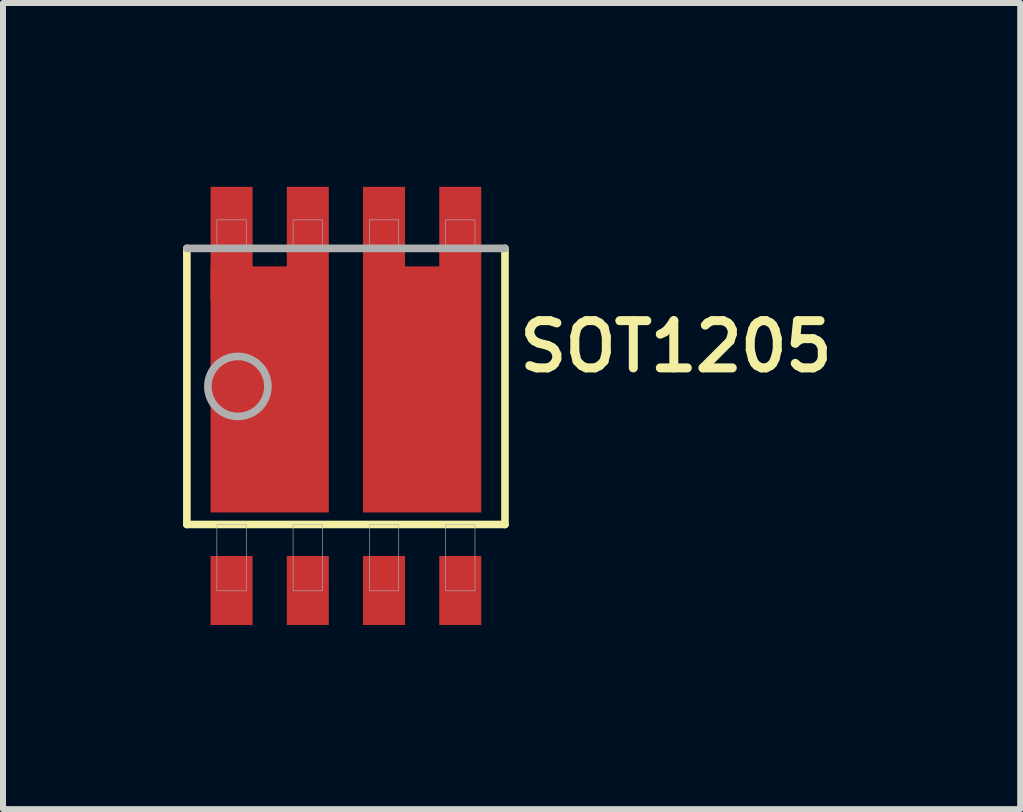
<source format=kicad_pcb>
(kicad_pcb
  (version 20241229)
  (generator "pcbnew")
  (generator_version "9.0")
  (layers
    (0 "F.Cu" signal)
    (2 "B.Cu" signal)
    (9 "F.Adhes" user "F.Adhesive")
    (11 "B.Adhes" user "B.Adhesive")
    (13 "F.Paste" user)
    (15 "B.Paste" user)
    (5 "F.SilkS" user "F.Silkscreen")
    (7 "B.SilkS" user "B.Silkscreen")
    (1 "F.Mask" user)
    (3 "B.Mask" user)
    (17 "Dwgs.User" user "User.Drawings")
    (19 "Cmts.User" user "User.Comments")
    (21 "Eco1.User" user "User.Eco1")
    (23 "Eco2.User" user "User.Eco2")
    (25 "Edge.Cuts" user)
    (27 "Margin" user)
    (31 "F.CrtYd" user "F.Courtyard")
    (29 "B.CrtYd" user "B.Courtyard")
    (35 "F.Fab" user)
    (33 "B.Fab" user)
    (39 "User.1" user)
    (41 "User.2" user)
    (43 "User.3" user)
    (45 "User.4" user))
  (footprint "SOT1205"
    (layer "F.Cu")
    (at 2.713 3.388)
    (property "Reference" "SOT1205" (at 5.5 -0.665 0) (layer "F.SilkS") (effects (font (size 0.787 0.787) (thickness 0.15))))
    (attr through_hole)
    (fp_poly (pts (xy -2.317 2.763) (xy -1.492 2.763) (xy -1.492 4.037) (xy -2.317 4.037)) (stroke (width 0.01) (type solid)) (fill yes) (layer "F.Mask"))
    (fp_poly (pts (xy -1.048 2.763) (xy -0.223 2.763) (xy -0.223 4.037) (xy -1.048 4.037)) (stroke (width 0.01) (type solid)) (fill yes) (layer "F.Mask"))
    (fp_poly (pts (xy 0.223 2.763) (xy 1.048 2.763) (xy 1.048 4.037) (xy 0.223 4.037)) (stroke (width 0.01) (type solid)) (fill yes) (layer "F.Mask"))
    (fp_poly (pts (xy 1.492 2.763) (xy 2.317 2.763) (xy 2.317 4.037) (xy 1.492 4.037)) (stroke (width 0.01) (type solid)) (fill yes) (layer "F.Mask"))
    (fp_poly (pts (xy -2.317 2.163) (xy -2.317 -3.388) (xy -1.492 -3.388) (xy -1.492 -2.062) (xy -1.048 -2.062) (xy -1.048 -3.388) (xy -0.223 -3.388) (xy -0.223 2.163)) (stroke (width 0) (type solid)) (fill yes) (layer "F.Mask"))
    (fp_poly (pts (xy 0.223 2.163) (xy 0.223 -3.388) (xy 1.048 -3.388) (xy 1.048 -2.062) (xy 1.492 -2.062) (xy 1.492 -3.388) (xy 2.317 -3.388) (xy 2.317 2.163)) (stroke (width 0) (type solid)) (fill yes) (layer "F.Mask"))
    (fp_line (start -2.65 2.3) (end -2.65 -2.3) (stroke (width 0.127) (type solid)) (layer "F.SilkS"))
    (fp_line (start 2.65 -2.3) (end 2.65 2.3) (stroke (width 0.127) (type solid)) (layer "F.SilkS"))
    (fp_line (start 2.65 2.3) (end -2.65 2.3) (stroke (width 0.127) (type solid)) (layer "F.SilkS"))
    (fp_poly (pts (xy -1.82 -0.925) (xy -0.72 -0.925) (xy -0.72 0.075) (xy -1.82 0.075)) (stroke (width 0.01) (type solid)) (fill yes) (layer "F.Paste"))
    (fp_poly (pts (xy -1.82 0.875) (xy -0.72 0.875) (xy -0.72 1.875) (xy -1.82 1.875)) (stroke (width 0.01) (type solid)) (fill yes) (layer "F.Paste"))
    (fp_poly (pts (xy 0.72 -0.925) (xy 1.82 -0.925) (xy 1.82 0.075) (xy 0.72 0.075)) (stroke (width 0.01) (type solid)) (fill yes) (layer "F.Paste"))
    (fp_poly (pts (xy 0.72 0.875) (xy 1.82 0.875) (xy 1.82 1.875) (xy 0.72 1.875)) (stroke (width 0.01) (type solid)) (fill yes) (layer "F.Paste"))
    (fp_line (start -2.65 -2.3) (end 2.65 -2.3) (stroke (width 0.127) (type solid)) (layer "F.Fab"))
    (fp_circle (center -1.8 0) (end -1.3 0) (stroke (width 0.127) (type solid)) (fill no) (layer "F.Fab"))
    (fp_poly (pts (xy -2.15 -2.775) (xy -1.66 -2.775) (xy -1.66 -2.3) (xy -2.15 -2.3)) (stroke (width 0.01) (type solid)) (fill no) (layer "F.Fab"))
    (fp_poly (pts (xy -2.15 2.305) (xy -1.66 2.305) (xy -1.66 3.405) (xy -2.15 3.405)) (stroke (width 0.01) (type solid)) (fill no) (layer "F.Fab"))
    (fp_poly (pts (xy -0.88 -2.775) (xy -0.39 -2.775) (xy -0.39 -2.3) (xy -0.88 -2.3)) (stroke (width 0.01) (type solid)) (fill no) (layer "F.Fab"))
    (fp_poly (pts (xy -0.88 2.305) (xy -0.39 2.305) (xy -0.39 3.405) (xy -0.88 3.405)) (stroke (width 0.01) (type solid)) (fill no) (layer "F.Fab"))
    (fp_poly (pts (xy 0.39 -2.775) (xy 0.88 -2.775) (xy 0.88 -2.3) (xy 0.39 -2.3)) (stroke (width 0.01) (type solid)) (fill no) (layer "F.Fab"))
    (fp_poly (pts (xy 0.39 2.305) (xy 0.88 2.305) (xy 0.88 3.405) (xy 0.39 3.405)) (stroke (width 0.01) (type solid)) (fill no) (layer "F.Fab"))
    (fp_poly (pts (xy 1.66 -2.775) (xy 2.15 -2.775) (xy 2.15 -2.3) (xy 1.66 -2.3)) (stroke (width 0.01) (type solid)) (fill no) (layer "F.Fab"))
    (fp_poly (pts (xy 1.66 2.305) (xy 2.15 2.305) (xy 2.15 3.405) (xy 1.66 3.405)) (stroke (width 0.01) (type solid)) (fill no) (layer "F.Fab"))
    (pad "1" smd rect (at -1.905 3.4) (size 0.7 1.15) (layers "F.Cu" "F.Paste"))
    (pad "2" smd rect (at -0.635 3.4) (size 0.7 1.15) (layers "F.Cu" "F.Paste"))
    (pad "3" smd rect (at 0.635 3.4) (size 0.7 1.15) (layers "F.Cu" "F.Paste"))
    (pad "4" smd rect (at 1.905 3.4) (size 0.7 1.15) (layers "F.Cu" "F.Paste"))
    (pad "5" smd custom (at 1.905 -2.375) (size 0.7 1.9) (layers "F.Cu" "F.Paste") (options (anchor rect)) (primitives (gr_poly (pts (xy 0.35 4.475) (xy -1.62 4.475) (xy -1.62 0.375) (xy 0.35 0.375)) (width 0) (fill yes))))
    (pad "6" smd rect (at 0.635 -2.375) (size 0.7 1.9) (layers "F.Cu" "F.Paste"))
    (pad "7" smd custom (at -0.635 -2.375) (size 0.7 1.9) (layers "F.Cu" "F.Paste") (options (anchor rect)) (primitives (gr_poly (pts (xy 0.35 4.475) (xy -1.62 4.475) (xy -1.62 0.375) (xy 0.35 0.375)) (width 0) (fill yes))))
    (pad "8" smd rect (at -1.905 -2.375) (size 0.7 1.9) (layers "F.Cu" "F.Paste"))
    (pad "S1" smd rect (at -1.27 0) (size 0.6 0.6) (layers "F.Cu"))
    (pad "S2" smd rect (at 1.27 0) (size 0.6 0.6) (layers "F.Cu")))
  (gr_rect
    (start -3 -3)
    (end 13.947 10.43)
    (stroke (width 0.1) (type default))
    (fill no)
    (layer "Edge.Cuts")))
</source>
